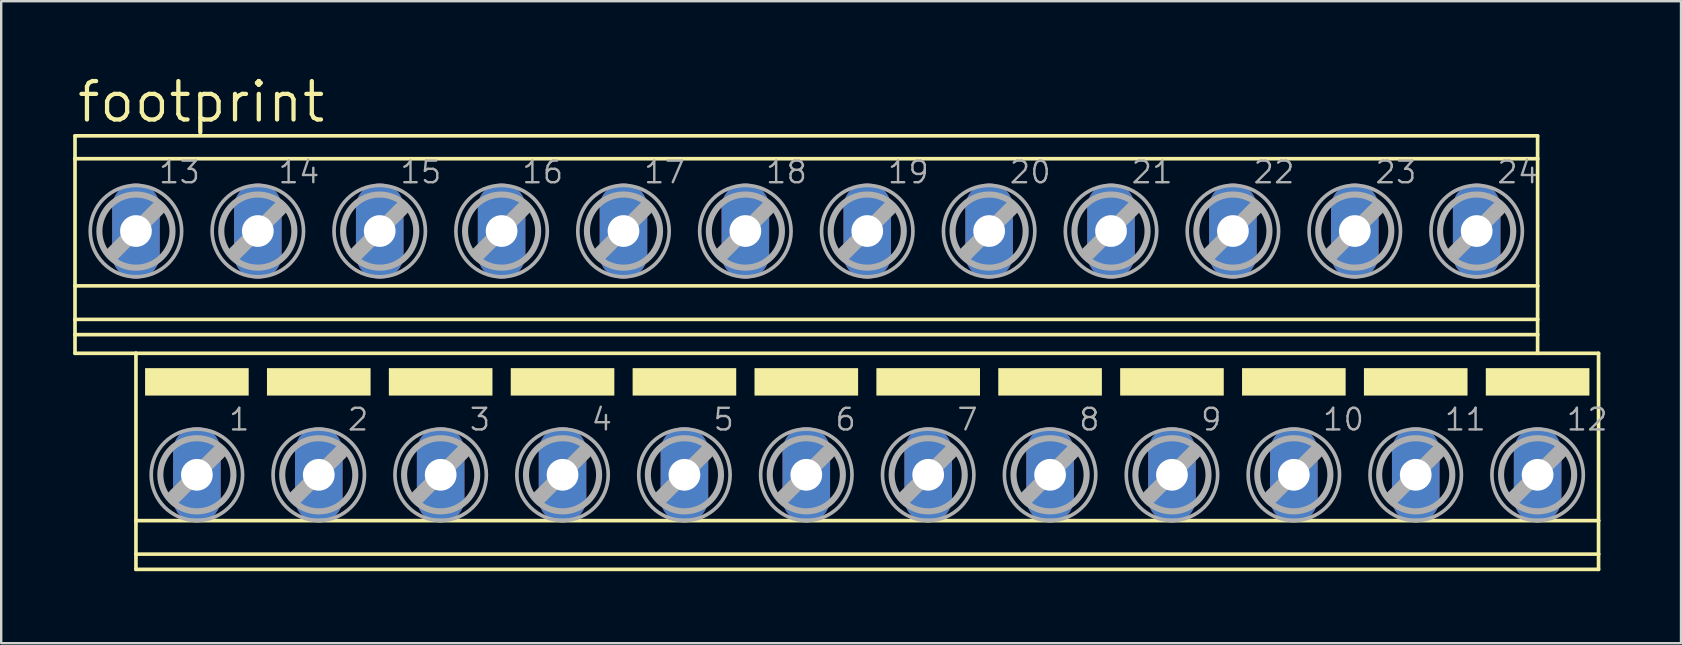
<source format=kicad_pcb>
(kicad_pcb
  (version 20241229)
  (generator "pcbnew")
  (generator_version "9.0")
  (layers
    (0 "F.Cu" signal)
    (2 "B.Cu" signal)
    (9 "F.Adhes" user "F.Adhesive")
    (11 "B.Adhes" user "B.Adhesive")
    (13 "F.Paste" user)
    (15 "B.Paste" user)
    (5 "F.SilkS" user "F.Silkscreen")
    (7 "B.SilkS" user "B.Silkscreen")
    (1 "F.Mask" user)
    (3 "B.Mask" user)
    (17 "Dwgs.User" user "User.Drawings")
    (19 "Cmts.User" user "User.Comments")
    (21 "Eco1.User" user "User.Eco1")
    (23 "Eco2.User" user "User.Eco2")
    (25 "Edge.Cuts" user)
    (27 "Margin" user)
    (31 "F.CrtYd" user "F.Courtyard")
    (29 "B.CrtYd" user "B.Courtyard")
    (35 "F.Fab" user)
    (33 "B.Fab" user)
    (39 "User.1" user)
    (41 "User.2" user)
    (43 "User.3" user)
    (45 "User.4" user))
  (footprint "footprint"
    (layer "F.Cu")
    (at 31.826 12.294)
    (property "Reference" "footprint" (at -31.75 -10.16 0) (layer "F.SilkS") (effects (font (size 1.6 1.6) (thickness 0.178)) (justify left bottom)))
    (fp_line (start -31.75 -9.682) (end -31.75 -8.729) (stroke (width 0.152) (type solid)) (layer "F.SilkS"))
    (fp_line (start -31.75 -9.682) (end 29.21 -9.682) (stroke (width 0.152) (type solid)) (layer "F.SilkS"))
    (fp_line (start -31.75 -8.729) (end -31.75 -3.429) (stroke (width 0.152) (type solid)) (layer "F.SilkS"))
    (fp_line (start -31.75 -8.729) (end 29.21 -8.729) (stroke (width 0.152) (type solid)) (layer "F.SilkS"))
    (fp_line (start -31.75 -3.429) (end -31.75 -2.032) (stroke (width 0.152) (type solid)) (layer "F.SilkS"))
    (fp_line (start -31.75 -3.429) (end 29.21 -3.429) (stroke (width 0.152) (type solid)) (layer "F.SilkS"))
    (fp_line (start -31.75 -2.032) (end -31.75 -1.397) (stroke (width 0.152) (type solid)) (layer "F.SilkS"))
    (fp_line (start -31.75 -2.032) (end 29.21 -2.032) (stroke (width 0.152) (type solid)) (layer "F.SilkS"))
    (fp_line (start -31.75 -1.397) (end -31.75 -0.619) (stroke (width 0.152) (type solid)) (layer "F.SilkS"))
    (fp_line (start -31.75 -1.397) (end 29.21 -1.397) (stroke (width 0.152) (type solid)) (layer "F.SilkS"))
    (fp_line (start -31.75 -0.619) (end -29.21 -0.619) (stroke (width 0.152) (type solid)) (layer "F.SilkS"))
    (fp_line (start -29.21 -0.619) (end -29.21 6.355) (stroke (width 0.152) (type solid)) (layer "F.SilkS"))
    (fp_line (start -29.21 -0.619) (end 29.21 -0.619) (stroke (width 0.152) (type solid)) (layer "F.SilkS"))
    (fp_line (start -29.21 6.355) (end -29.21 7.752) (stroke (width 0.152) (type solid)) (layer "F.SilkS"))
    (fp_line (start -29.21 6.355) (end 31.75 6.355) (stroke (width 0.152) (type solid)) (layer "F.SilkS"))
    (fp_line (start -29.21 7.752) (end -29.21 8.387) (stroke (width 0.152) (type solid)) (layer "F.SilkS"))
    (fp_line (start -29.21 7.752) (end 31.75 7.752) (stroke (width 0.152) (type solid)) (layer "F.SilkS"))
    (fp_line (start -29.21 8.387) (end 31.75 8.387) (stroke (width 0.152) (type solid)) (layer "F.SilkS"))
    (fp_line (start 29.21 -9.682) (end 29.21 -8.729) (stroke (width 0.152) (type solid)) (layer "F.SilkS"))
    (fp_line (start 29.21 -8.729) (end 29.21 -3.429) (stroke (width 0.152) (type solid)) (layer "F.SilkS"))
    (fp_line (start 29.21 -3.429) (end 29.21 -2.032) (stroke (width 0.152) (type solid)) (layer "F.SilkS"))
    (fp_line (start 29.21 -2.032) (end 29.21 -1.397) (stroke (width 0.152) (type solid)) (layer "F.SilkS"))
    (fp_line (start 29.21 -1.397) (end 29.21 -0.619) (stroke (width 0.152) (type solid)) (layer "F.SilkS"))
    (fp_line (start 31.75 -0.619) (end 29.21 -0.619) (stroke (width 0.152) (type solid)) (layer "F.SilkS"))
    (fp_line (start 31.75 -0.619) (end 31.75 6.355) (stroke (width 0.152) (type solid)) (layer "F.SilkS"))
    (fp_line (start 31.75 6.355) (end 31.75 7.752) (stroke (width 0.152) (type solid)) (layer "F.SilkS"))
    (fp_line (start 31.75 7.752) (end 31.75 8.387) (stroke (width 0.152) (type solid)) (layer "F.SilkS"))
    (fp_poly (pts (xy -28.829 1.143) (xy -24.511 1.143) (xy -24.511 0) (xy -28.829 0)) (stroke (width 0) (type solid)) (fill yes) (layer "F.SilkS"))
    (fp_poly (pts (xy -23.749 1.143) (xy -19.431 1.143) (xy -19.431 0) (xy -23.749 0)) (stroke (width 0) (type solid)) (fill yes) (layer "F.SilkS"))
    (fp_poly (pts (xy -18.669 1.143) (xy -14.351 1.143) (xy -14.351 0) (xy -18.669 0)) (stroke (width 0) (type solid)) (fill yes) (layer "F.SilkS"))
    (fp_poly (pts (xy -13.589 1.143) (xy -9.271 1.143) (xy -9.271 0) (xy -13.589 0)) (stroke (width 0) (type solid)) (fill yes) (layer "F.SilkS"))
    (fp_poly (pts (xy -8.509 1.143) (xy -4.191 1.143) (xy -4.191 0) (xy -8.509 0)) (stroke (width 0) (type solid)) (fill yes) (layer "F.SilkS"))
    (fp_poly (pts (xy -3.429 1.143) (xy 0.889 1.143) (xy 0.889 0) (xy -3.429 0)) (stroke (width 0) (type solid)) (fill yes) (layer "F.SilkS"))
    (fp_poly (pts (xy 1.651 1.143) (xy 5.969 1.143) (xy 5.969 0) (xy 1.651 0)) (stroke (width 0) (type solid)) (fill yes) (layer "F.SilkS"))
    (fp_poly (pts (xy 6.731 1.143) (xy 11.049 1.143) (xy 11.049 0) (xy 6.731 0)) (stroke (width 0) (type solid)) (fill yes) (layer "F.SilkS"))
    (fp_poly (pts (xy 11.811 1.143) (xy 16.129 1.143) (xy 16.129 0) (xy 11.811 0)) (stroke (width 0) (type solid)) (fill yes) (layer "F.SilkS"))
    (fp_poly (pts (xy 16.891 1.143) (xy 21.209 1.143) (xy 21.209 0) (xy 16.891 0)) (stroke (width 0) (type solid)) (fill yes) (layer "F.SilkS"))
    (fp_poly (pts (xy 21.971 1.143) (xy 26.289 1.143) (xy 26.289 0) (xy 21.971 0)) (stroke (width 0) (type solid)) (fill yes) (layer "F.SilkS"))
    (fp_poly (pts (xy 27.051 1.143) (xy 31.369 1.143) (xy 31.369 0) (xy 27.051 0)) (stroke (width 0) (type solid)) (fill yes) (layer "F.SilkS"))
    (fp_line (start -30.15 -4.798) (end -28.296 -6.652) (stroke (width 0.61) (type solid)) (layer "F.Fab"))
    (fp_line (start -27.61 5.359) (end -25.756 3.505) (stroke (width 0.61) (type solid)) (layer "F.Fab"))
    (fp_line (start -25.07 -4.798) (end -23.216 -6.652) (stroke (width 0.61) (type solid)) (layer "F.Fab"))
    (fp_line (start -22.53 5.359) (end -20.676 3.505) (stroke (width 0.61) (type solid)) (layer "F.Fab"))
    (fp_line (start -19.99 -4.798) (end -18.136 -6.652) (stroke (width 0.61) (type solid)) (layer "F.Fab"))
    (fp_line (start -17.45 5.359) (end -15.596 3.505) (stroke (width 0.61) (type solid)) (layer "F.Fab"))
    (fp_line (start -14.91 -4.798) (end -13.056 -6.652) (stroke (width 0.61) (type solid)) (layer "F.Fab"))
    (fp_line (start -12.37 5.359) (end -10.516 3.505) (stroke (width 0.61) (type solid)) (layer "F.Fab"))
    (fp_line (start -9.83 -4.798) (end -7.976 -6.652) (stroke (width 0.61) (type solid)) (layer "F.Fab"))
    (fp_line (start -7.29 5.359) (end -5.436 3.505) (stroke (width 0.61) (type solid)) (layer "F.Fab"))
    (fp_line (start -4.75 -4.798) (end -2.896 -6.652) (stroke (width 0.61) (type solid)) (layer "F.Fab"))
    (fp_line (start -2.21 5.359) (end -0.356 3.505) (stroke (width 0.61) (type solid)) (layer "F.Fab"))
    (fp_line (start 0.33 -4.798) (end 2.184 -6.652) (stroke (width 0.61) (type solid)) (layer "F.Fab"))
    (fp_line (start 2.87 5.359) (end 4.724 3.505) (stroke (width 0.61) (type solid)) (layer "F.Fab"))
    (fp_line (start 5.41 -4.798) (end 7.264 -6.652) (stroke (width 0.61) (type solid)) (layer "F.Fab"))
    (fp_line (start 7.95 5.359) (end 9.804 3.505) (stroke (width 0.61) (type solid)) (layer "F.Fab"))
    (fp_line (start 10.49 -4.798) (end 12.344 -6.652) (stroke (width 0.61) (type solid)) (layer "F.Fab"))
    (fp_line (start 13.03 5.359) (end 14.884 3.505) (stroke (width 0.61) (type solid)) (layer "F.Fab"))
    (fp_line (start 15.57 -4.798) (end 17.424 -6.652) (stroke (width 0.61) (type solid)) (layer "F.Fab"))
    (fp_line (start 18.11 5.359) (end 19.964 3.505) (stroke (width 0.61) (type solid)) (layer "F.Fab"))
    (fp_line (start 20.65 -4.798) (end 22.504 -6.652) (stroke (width 0.61) (type solid)) (layer "F.Fab"))
    (fp_line (start 23.19 5.359) (end 25.044 3.505) (stroke (width 0.61) (type solid)) (layer "F.Fab"))
    (fp_line (start 25.73 -4.798) (end 27.584 -6.652) (stroke (width 0.61) (type solid)) (layer "F.Fab"))
    (fp_line (start 28.27 5.359) (end 30.124 3.505) (stroke (width 0.61) (type solid)) (layer "F.Fab"))
    (fp_circle (center -29.21 -5.712) (end -27.686 -5.712) (stroke (width 0.254) (type solid)) (fill no) (layer "F.Fab"))
    (fp_circle (center -29.21 -5.712) (end -27.305 -5.712) (stroke (width 0.152) (type solid)) (fill no) (layer "F.Fab"))
    (fp_circle (center -26.67 4.445) (end -25.146 4.445) (stroke (width 0.254) (type solid)) (fill no) (layer "F.Fab"))
    (fp_circle (center -26.67 4.445) (end -24.765 4.445) (stroke (width 0.152) (type solid)) (fill no) (layer "F.Fab"))
    (fp_circle (center -24.13 -5.712) (end -22.606 -5.712) (stroke (width 0.254) (type solid)) (fill no) (layer "F.Fab"))
    (fp_circle (center -24.13 -5.712) (end -22.225 -5.712) (stroke (width 0.152) (type solid)) (fill no) (layer "F.Fab"))
    (fp_circle (center -21.59 4.445) (end -20.066 4.445) (stroke (width 0.254) (type solid)) (fill no) (layer "F.Fab"))
    (fp_circle (center -21.59 4.445) (end -19.685 4.445) (stroke (width 0.152) (type solid)) (fill no) (layer "F.Fab"))
    (fp_circle (center -19.05 -5.712) (end -17.526 -5.712) (stroke (width 0.254) (type solid)) (fill no) (layer "F.Fab"))
    (fp_circle (center -19.05 -5.712) (end -17.145 -5.712) (stroke (width 0.152) (type solid)) (fill no) (layer "F.Fab"))
    (fp_circle (center -16.51 4.445) (end -14.986 4.445) (stroke (width 0.254) (type solid)) (fill no) (layer "F.Fab"))
    (fp_circle (center -16.51 4.445) (end -14.605 4.445) (stroke (width 0.152) (type solid)) (fill no) (layer "F.Fab"))
    (fp_circle (center -13.97 -5.712) (end -12.446 -5.712) (stroke (width 0.254) (type solid)) (fill no) (layer "F.Fab"))
    (fp_circle (center -13.97 -5.712) (end -12.065 -5.712) (stroke (width 0.152) (type solid)) (fill no) (layer "F.Fab"))
    (fp_circle (center -11.43 4.445) (end -9.906 4.445) (stroke (width 0.254) (type solid)) (fill no) (layer "F.Fab"))
    (fp_circle (center -11.43 4.445) (end -9.525 4.445) (stroke (width 0.152) (type solid)) (fill no) (layer "F.Fab"))
    (fp_circle (center -8.89 -5.712) (end -7.366 -5.712) (stroke (width 0.254) (type solid)) (fill no) (layer "F.Fab"))
    (fp_circle (center -8.89 -5.712) (end -6.985 -5.712) (stroke (width 0.152) (type solid)) (fill no) (layer "F.Fab"))
    (fp_circle (center -6.35 4.445) (end -4.826 4.445) (stroke (width 0.254) (type solid)) (fill no) (layer "F.Fab"))
    (fp_circle (center -6.35 4.445) (end -4.445 4.445) (stroke (width 0.152) (type solid)) (fill no) (layer "F.Fab"))
    (fp_circle (center -3.81 -5.712) (end -2.286 -5.712) (stroke (width 0.254) (type solid)) (fill no) (layer "F.Fab"))
    (fp_circle (center -3.81 -5.712) (end -1.905 -5.712) (stroke (width 0.152) (type solid)) (fill no) (layer "F.Fab"))
    (fp_circle (center -1.27 4.445) (end 0.254 4.445) (stroke (width 0.254) (type solid)) (fill no) (layer "F.Fab"))
    (fp_circle (center -1.27 4.445) (end 0.635 4.445) (stroke (width 0.152) (type solid)) (fill no) (layer "F.Fab"))
    (fp_circle (center 1.27 -5.712) (end 2.794 -5.712) (stroke (width 0.254) (type solid)) (fill no) (layer "F.Fab"))
    (fp_circle (center 1.27 -5.712) (end 3.175 -5.712) (stroke (width 0.152) (type solid)) (fill no) (layer "F.Fab"))
    (fp_circle (center 3.81 4.445) (end 5.334 4.445) (stroke (width 0.254) (type solid)) (fill no) (layer "F.Fab"))
    (fp_circle (center 3.81 4.445) (end 5.715 4.445) (stroke (width 0.152) (type solid)) (fill no) (layer "F.Fab"))
    (fp_circle (center 6.35 -5.712) (end 7.874 -5.712) (stroke (width 0.254) (type solid)) (fill no) (layer "F.Fab"))
    (fp_circle (center 6.35 -5.712) (end 8.255 -5.712) (stroke (width 0.152) (type solid)) (fill no) (layer "F.Fab"))
    (fp_circle (center 8.89 4.445) (end 10.414 4.445) (stroke (width 0.254) (type solid)) (fill no) (layer "F.Fab"))
    (fp_circle (center 8.89 4.445) (end 10.795 4.445) (stroke (width 0.152) (type solid)) (fill no) (layer "F.Fab"))
    (fp_circle (center 11.43 -5.712) (end 12.954 -5.712) (stroke (width 0.254) (type solid)) (fill no) (layer "F.Fab"))
    (fp_circle (center 11.43 -5.712) (end 13.335 -5.712) (stroke (width 0.152) (type solid)) (fill no) (layer "F.Fab"))
    (fp_circle (center 13.97 4.445) (end 15.494 4.445) (stroke (width 0.254) (type solid)) (fill no) (layer "F.Fab"))
    (fp_circle (center 13.97 4.445) (end 15.875 4.445) (stroke (width 0.152) (type solid)) (fill no) (layer "F.Fab"))
    (fp_circle (center 16.51 -5.712) (end 18.034 -5.712) (stroke (width 0.254) (type solid)) (fill no) (layer "F.Fab"))
    (fp_circle (center 16.51 -5.712) (end 18.415 -5.712) (stroke (width 0.152) (type solid)) (fill no) (layer "F.Fab"))
    (fp_circle (center 19.05 4.445) (end 20.574 4.445) (stroke (width 0.254) (type solid)) (fill no) (layer "F.Fab"))
    (fp_circle (center 19.05 4.445) (end 20.955 4.445) (stroke (width 0.152) (type solid)) (fill no) (layer "F.Fab"))
    (fp_circle (center 21.59 -5.712) (end 23.114 -5.712) (stroke (width 0.254) (type solid)) (fill no) (layer "F.Fab"))
    (fp_circle (center 21.59 -5.712) (end 23.495 -5.712) (stroke (width 0.152) (type solid)) (fill no) (layer "F.Fab"))
    (fp_circle (center 24.13 4.445) (end 25.654 4.445) (stroke (width 0.254) (type solid)) (fill no) (layer "F.Fab"))
    (fp_circle (center 24.13 4.445) (end 26.035 4.445) (stroke (width 0.152) (type solid)) (fill no) (layer "F.Fab"))
    (fp_circle (center 26.67 -5.712) (end 28.194 -5.712) (stroke (width 0.254) (type solid)) (fill no) (layer "F.Fab"))
    (fp_circle (center 26.67 -5.712) (end 28.575 -5.712) (stroke (width 0.152) (type solid)) (fill no) (layer "F.Fab"))
    (fp_circle (center 29.21 4.445) (end 30.734 4.445) (stroke (width 0.254) (type solid)) (fill no) (layer "F.Fab"))
    (fp_circle (center 29.21 4.445) (end 31.115 4.445) (stroke (width 0.152) (type solid)) (fill no) (layer "F.Fab"))
    (fp_text user "21" (at 12.219 -7.636 0) (layer "F.Fab") (effects (font (size 0.9 0.9) (thickness 0.1)) (justify left bottom)))
    (fp_text user "2" (at -20.447 2.667 0) (layer "F.Fab") (effects (font (size 0.9 0.9) (thickness 0.1)) (justify left bottom)))
    (fp_text user "8" (at 10.033 2.667 0) (layer "F.Fab") (effects (font (size 0.9 0.9) (thickness 0.1)) (justify left bottom)))
    (fp_text user "6" (at -0.127 2.667 0) (layer "F.Fab") (effects (font (size 0.9 0.9) (thickness 0.1)) (justify left bottom)))
    (fp_text user "24" (at 27.459 -7.636 0) (layer "F.Fab") (effects (font (size 0.9 0.9) (thickness 0.1)) (justify left bottom)))
    (fp_text user "19" (at 2.059 -7.636 0) (layer "F.Fab") (effects (font (size 0.9 0.9) (thickness 0.1)) (justify left bottom)))
    (fp_text user "20" (at 7.139 -7.636 0) (layer "F.Fab") (effects (font (size 0.9 0.9) (thickness 0.1)) (justify left bottom)))
    (fp_text user "1" (at -25.4 2.667 0) (layer "F.Fab") (effects (font (size 0.9 0.9) (thickness 0.1)) (justify left bottom)))
    (fp_text user "9" (at 15.113 2.667 0) (layer "F.Fab") (effects (font (size 0.9 0.9) (thickness 0.1)) (justify left bottom)))
    (fp_text user "16" (at -13.181 -7.636 0) (layer "F.Fab") (effects (font (size 0.9 0.9) (thickness 0.1)) (justify left bottom)))
    (fp_text user "22" (at 17.299 -7.636 0) (layer "F.Fab") (effects (font (size 0.9 0.9) (thickness 0.1)) (justify left bottom)))
    (fp_text user "14" (at -23.341 -7.636 0) (layer "F.Fab") (effects (font (size 0.9 0.9) (thickness 0.1)) (justify left bottom)))
    (fp_text user "15" (at -18.261 -7.636 0) (layer "F.Fab") (effects (font (size 0.9 0.9) (thickness 0.1)) (justify left bottom)))
    (fp_text user "18" (at -3.021 -7.636 0) (layer "F.Fab") (effects (font (size 0.9 0.9) (thickness 0.1)) (justify left bottom)))
    (fp_text user "12" (at 30.353 2.667 0) (layer "F.Fab") (effects (font (size 0.9 0.9) (thickness 0.1)) (justify left bottom)))
    (fp_text user "23" (at 22.379 -7.636 0) (layer "F.Fab") (effects (font (size 0.9 0.9) (thickness 0.1)) (justify left bottom)))
    (fp_text user "7" (at 4.953 2.667 0) (layer "F.Fab") (effects (font (size 0.9 0.9) (thickness 0.1)) (justify left bottom)))
    (fp_text user "17" (at -8.101 -7.636 0) (layer "F.Fab") (effects (font (size 0.9 0.9) (thickness 0.1)) (justify left bottom)))
    (fp_text user "10" (at 20.193 2.667 0) (layer "F.Fab") (effects (font (size 0.9 0.9) (thickness 0.1)) (justify left bottom)))
    (fp_text user "4" (at -10.287 2.667 0) (layer "F.Fab") (effects (font (size 0.9 0.9) (thickness 0.1)) (justify left bottom)))
    (fp_text user "13" (at -28.321 -7.636 0) (layer "F.Fab") (effects (font (size 0.9 0.9) (thickness 0.1)) (justify left bottom)))
    (fp_text user "5" (at -5.207 2.667 0) (layer "F.Fab") (effects (font (size 0.9 0.9) (thickness 0.1)) (justify left bottom)))
    (fp_text user "3" (at -15.367 2.667 0) (layer "F.Fab") (effects (font (size 0.9 0.9) (thickness 0.1)) (justify left bottom)))
    (fp_text user "11" (at 25.273 2.667 0) (layer "F.Fab") (effects (font (size 0.9 0.9) (thickness 0.1)) (justify left bottom)))
    (pad "1" thru_hole oval (at -26.67 4.445 90) (size 3.962 1.981) (drill 1.321) (layers "*.Cu" "*.Mask"))
    (pad "2" thru_hole oval (at -21.59 4.445 90) (size 3.962 1.981) (drill 1.321) (layers "*.Cu" "*.Mask"))
    (pad "3" thru_hole oval (at -16.51 4.445 90) (size 3.962 1.981) (drill 1.321) (layers "*.Cu" "*.Mask"))
    (pad "4" thru_hole oval (at -11.43 4.445 90) (size 3.962 1.981) (drill 1.321) (layers "*.Cu" "*.Mask"))
    (pad "5" thru_hole oval (at -6.35 4.445 90) (size 3.962 1.981) (drill 1.321) (layers "*.Cu" "*.Mask"))
    (pad "6" thru_hole oval (at -1.27 4.445 90) (size 3.962 1.981) (drill 1.321) (layers "*.Cu" "*.Mask"))
    (pad "7" thru_hole oval (at 3.81 4.445 90) (size 3.962 1.981) (drill 1.321) (layers "*.Cu" "*.Mask"))
    (pad "8" thru_hole oval (at 8.89 4.445 90) (size 3.962 1.981) (drill 1.321) (layers "*.Cu" "*.Mask"))
    (pad "9" thru_hole oval (at 13.97 4.445 90) (size 3.962 1.981) (drill 1.321) (layers "*.Cu" "*.Mask"))
    (pad "10" thru_hole oval (at 19.05 4.445 90) (size 3.962 1.981) (drill 1.321) (layers "*.Cu" "*.Mask"))
    (pad "11" thru_hole oval (at 24.13 4.445 90) (size 3.962 1.981) (drill 1.321) (layers "*.Cu" "*.Mask"))
    (pad "12" thru_hole oval (at 29.21 4.445 90) (size 3.962 1.981) (drill 1.321) (layers "*.Cu" "*.Mask"))
    (pad "13" thru_hole oval (at -29.21 -5.715 90) (size 3.962 1.981) (drill 1.321) (layers "*.Cu" "*.Mask"))
    (pad "14" thru_hole oval (at -24.13 -5.715 90) (size 3.962 1.981) (drill 1.321) (layers "*.Cu" "*.Mask"))
    (pad "15" thru_hole oval (at -19.05 -5.715 90) (size 3.962 1.981) (drill 1.321) (layers "*.Cu" "*.Mask"))
    (pad "16" thru_hole oval (at -13.97 -5.715 90) (size 3.962 1.981) (drill 1.321) (layers "*.Cu" "*.Mask"))
    (pad "17" thru_hole oval (at -8.89 -5.715 90) (size 3.962 1.981) (drill 1.321) (layers "*.Cu" "*.Mask"))
    (pad "18" thru_hole oval (at -3.81 -5.715 90) (size 3.962 1.981) (drill 1.321) (layers "*.Cu" "*.Mask"))
    (pad "19" thru_hole oval (at 1.27 -5.715 90) (size 3.962 1.981) (drill 1.321) (layers "*.Cu" "*.Mask"))
    (pad "20" thru_hole oval (at 6.35 -5.715 90) (size 3.962 1.981) (drill 1.321) (layers "*.Cu" "*.Mask"))
    (pad "21" thru_hole oval (at 11.43 -5.715 90) (size 3.962 1.981) (drill 1.321) (layers "*.Cu" "*.Mask"))
    (pad "22" thru_hole oval (at 16.51 -5.715 90) (size 3.962 1.981) (drill 1.321) (layers "*.Cu" "*.Mask"))
    (pad "23" thru_hole oval (at 21.59 -5.715 90) (size 3.962 1.981) (drill 1.321) (layers "*.Cu" "*.Mask"))
    (pad "24" thru_hole oval (at 26.67 -5.715 90) (size 3.962 1.981) (drill 1.321) (layers "*.Cu" "*.Mask")))
  (gr_rect
    (start -3 -3)
    (end 67.013 23.757)
    (stroke (width 0.1) (type default))
    (fill no)
    (layer "Edge.Cuts")))
</source>
